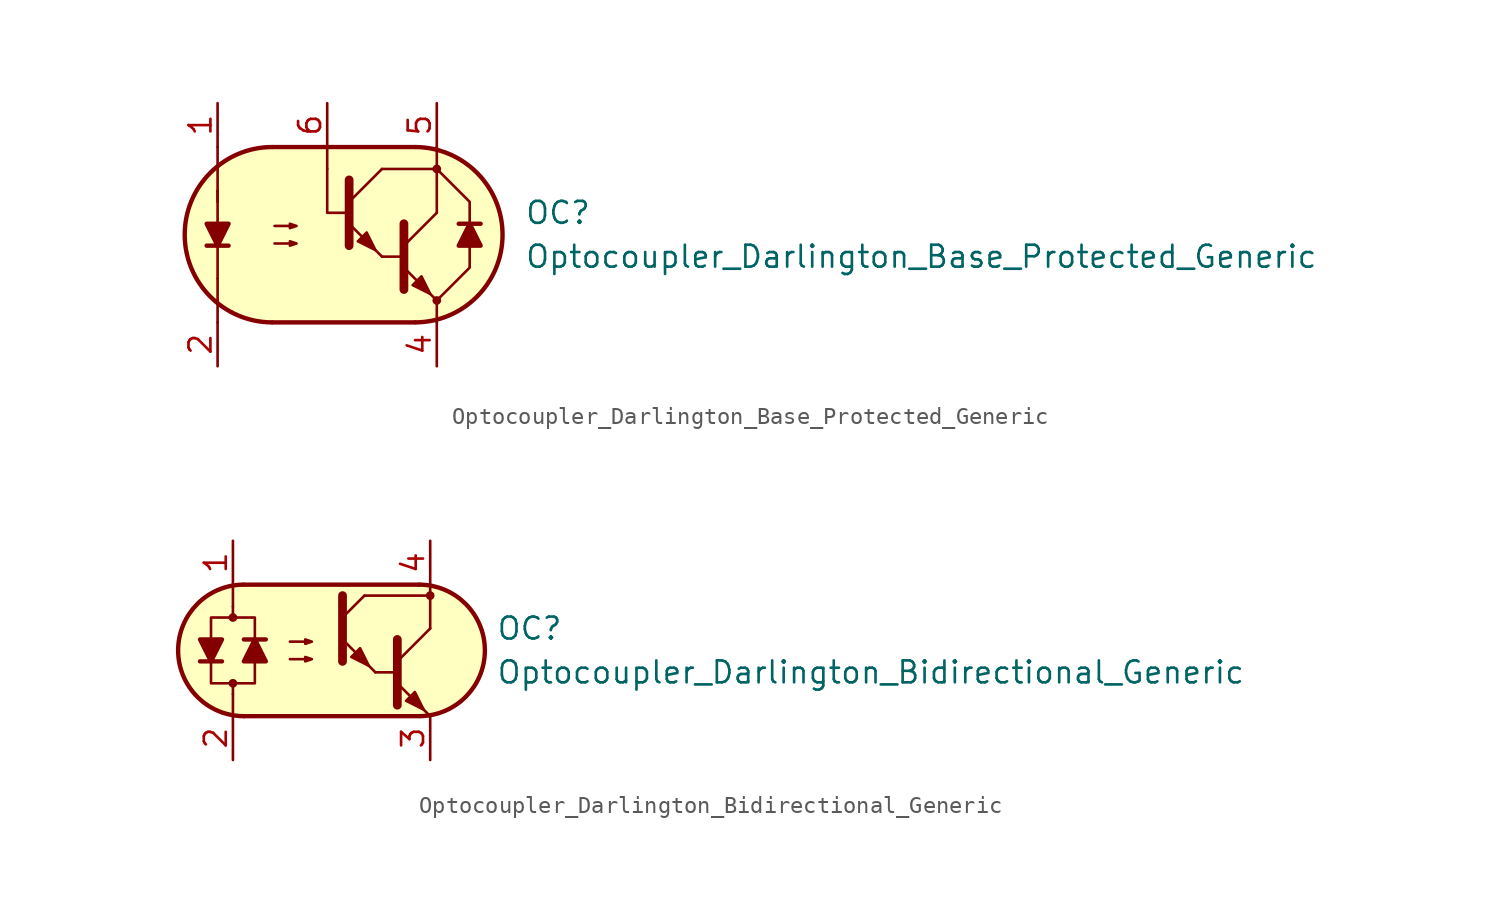
<source format=kicad_sym>
(kicad_symbol_lib
  (version 20231120)
  (generator "kicad_symbol_editor")
  (generator_version "8.0")
  (symbol "Optocoupler_Darlington_Base_Protected_Generic"
    (pin_names
      (offset 1.016))
    (property "Reference" "OC"
      (at 10.16 1.27 0)
      (effects (font (size 1.27 1.27)) (justify left)))
    (property "Value" "Optocoupler_Darlington_Base_Protected_Generic"
      (at 10.16 -1.27 0)
      (effects (font (size 1.27 1.27)) (justify left)))
    (symbol "Optocoupler_Darlington_Base_Protected_Generic_0_1"
      (arc (start -4.4769 5.08) (mid -9.5251 0) (end -4.4769 -5.08) (stroke (width 0.254) (type default)) (fill (type none)))
      (polyline (pts (xy -7.62 -3.81) (xy -7.62 -5.08)) (stroke (width 0.152) (type default)) (fill (type none)))
      (polyline (pts (xy -7.62 -2.54) (xy -7.62 -3.81)) (stroke (width 0.152) (type default)) (fill (type none)))
      (polyline (pts (xy -7.62 -2.54) (xy -7.62 2.54)) (stroke (width 0.152) (type default)) (fill (type none)))
      (polyline (pts (xy -7.62 1.905) (xy -7.62 2.54)) (stroke (width 0.152) (type default)) (fill (type none)))
      (polyline (pts (xy -7.62 2.54) (xy -7.62 3.81)) (stroke (width 0.152) (type default)) (fill (type none)))
      (polyline (pts (xy -7.62 3.81) (xy -7.62 5.08)) (stroke (width 0.152) (type default)) (fill (type none)))
      (polyline (pts (xy -4.445 -5.08) (xy 3.81 -5.08)) (stroke (width 0.254) (type default)) (fill (type none)))
      (polyline (pts (xy -1.27 3.81) (xy -1.27 5.08)) (stroke (width 0.152) (type default)) (fill (type none)))
      (polyline (pts (xy 1.905 -1.27) (xy 3.175 -1.27)) (stroke (width 0) (type default)) (fill (type none)))
      (polyline (pts (xy 1.905 3.81) (xy 5.08 3.81)) (stroke (width 0.152) (type default)) (fill (type none)))
      (polyline (pts (xy 3.175 -0.635) (xy 5.08 1.27)) (stroke (width 0) (type default)) (fill (type none)))
      (polyline (pts (xy 3.81 5.08) (xy -4.445 5.08)) (stroke (width 0.254) (type default)) (fill (type none)))
      (polyline (pts (xy 5.08 -3.81) (xy 3.175 -1.905)) (stroke (width 0) (type default)) (fill (type outline)))
      (polyline (pts (xy 5.08 -3.81) (xy 5.08 -5.08)) (stroke (width 0.152) (type default)) (fill (type none)))
      (polyline (pts (xy 5.08 1.27) (xy 5.08 3.81)) (stroke (width 0.152) (type default)) (fill (type none)))
      (polyline (pts (xy 5.08 3.81) (xy 5.08 5.08)) (stroke (width 0.152) (type default)) (fill (type none)))
      (polyline (pts (xy 7.62 0.635) (xy 6.35 0.635)) (stroke (width 0.254) (type default)) (fill (type none)))
      (polyline (pts (xy 0 1.27) (xy -1.27 1.27) (xy -1.27 3.81)) (stroke (width 0.152) (type default)) (fill (type none)))
      (polyline (pts (xy 3.175 0.635) (xy 3.175 -3.175) (xy 3.175 -3.175)) (stroke (width 0.508) (type default)) (fill (type none)))
      (polyline (pts (xy 5.08 -3.81) (xy 6.985 -1.905) (xy 6.985 1.905) (xy 5.08 3.81)) (stroke (width 0.152) (type default)) (fill (type none)))
      (polyline (pts (xy 6.985 0.635) (xy 7.62 -0.635) (xy 6.35 -0.635) (xy 6.985 0.635)) (stroke (width 0.254) (type default)) (fill (type outline)))
      (polyline (pts (xy -4.318 -0.508) (xy -3.048 -0.508) (xy -3.429 -0.635) (xy -3.429 -0.381) (xy -3.048 -0.508)) (stroke (width 0) (type default)) (fill (type none)))
      (polyline (pts (xy -4.318 0.508) (xy -3.048 0.508) (xy -3.429 0.381) (xy -3.429 0.635) (xy -3.048 0.508)) (stroke (width 0) (type default)) (fill (type none)))
      (polyline (pts (xy 3.683 -2.921) (xy 4.191 -2.413) (xy 4.699 -3.429) (xy 3.683 -2.921) (xy 3.683 -2.921)) (stroke (width 0) (type default)) (fill (type outline)))
      (polyline (pts (xy -4.445 5.08) (xy -5.588 4.953) (xy -6.604 4.572) (xy -7.874 3.81) (xy -8.763 2.794) (xy -9.271 1.524) (xy -9.525 0) (xy -9.271 -1.524) (xy -8.636 -2.794) (xy -8.128 -3.429) (xy -7.112 -4.318) (xy -6.35 -4.699) (xy -5.461 -4.953) (xy -4.445 -5.08) (xy 3.81 -5.08) (xy 5.08 -4.953) (xy 6.35 -4.445) (xy 7.366 -3.683) (xy 8.128 -2.667) (xy 8.636 -1.651) (xy 8.89 -0.381) (xy 8.89 0.635) (xy 8.636 1.651) (xy 8.001 2.921) (xy 6.858 4.064) (xy 5.715 4.699) (xy 4.445 5.08) (xy 3.81 5.08) (xy -4.445 5.08)) (stroke (width 0.01) (type default)) (fill (type background)))
      (arc (start 3.8419 -5.08) (mid 8.8901 0) (end 3.8419 5.08) (stroke (width 0.254) (type default)) (fill (type none))))
    (symbol "Optocoupler_Darlington_Base_Protected_Generic_1_1"
      (polyline (pts (xy -8.255 -0.635) (xy -6.985 -0.635)) (stroke (width 0.254) (type default)) (fill (type none)))
      (polyline (pts (xy 0 1.905) (xy 1.905 3.81)) (stroke (width 0) (type default)) (fill (type none)))
      (polyline (pts (xy 1.905 -1.27) (xy 0 0.635)) (stroke (width 0) (type default)) (fill (type outline)))
      (polyline (pts (xy 0 3.175) (xy 0 -0.635) (xy 0 -0.635)) (stroke (width 0.508) (type default)) (fill (type none)))
      (polyline (pts (xy -7.62 -0.635) (xy -8.255 0.635) (xy -6.985 0.635) (xy -7.62 -0.635)) (stroke (width 0.254) (type default)) (fill (type outline)))
      (polyline (pts (xy 0.508 -0.381) (xy 1.016 0.127) (xy 1.524 -0.889) (xy 0.508 -0.381) (xy 0.508 -0.381)) (stroke (width 0) (type default)) (fill (type outline)))
      (circle (center 5.08 -3.81) (radius 0.178) (stroke (width 0) (type default)) (fill (type outline)))
      (circle (center 5.08 3.81) (radius 0.178) (stroke (width 0) (type default)) (fill (type outline)))
      (pin passive line (at -7.62 7.62 270) (length 2.54) (name "~" (effects (font (size 1.27 1.27)))) (number "1" (effects (font (size 1.27 1.27)))))
      (pin passive line (at -7.62 -7.62 90) (length 2.54) (name "~" (effects (font (size 1.27 1.27)))) (number "2" (effects (font (size 1.27 1.27)))))
      (pin free line (at 0 0 0) (length 2.54) hide (name "NC" (effects (font (size 1.27 1.27)))) (number "3" (effects (font (size 1.27 1.27)))))
      (pin passive line (at 5.08 -7.62 90) (length 2.54) (name "~" (effects (font (size 1.27 1.27)))) (number "4" (effects (font (size 1.27 1.27)))))
      (pin passive line (at 5.08 7.62 270) (length 2.54) (name "~" (effects (font (size 1.27 1.27)))) (number "5" (effects (font (size 1.27 1.27)))))
      (pin passive line (at -1.27 7.62 270) (length 2.54) (name "~" (effects (font (size 1.27 1.27)))) (number "6" (effects (font (size 1.27 1.27)))))))
  (symbol "Optocoupler_Darlington_Bidirectional_Generic"
    (pin_names
      (offset 1.016))
    (property "Reference" "OC"
      (at 10.16 1.27 0)
      (effects (font (size 1.27 1.27)) (justify left)))
    (property "Value" "Optocoupler_Darlington_Bidirectional_Generic"
      (at 10.16 -1.27 0)
      (effects (font (size 1.27 1.27)) (justify left)))
    (symbol "Optocoupler_Darlington_Bidirectional_Generic_0_1"
      (arc (start -4.4835 3.8099) (mid -8.2551 -0.016) (end -4.4516 -3.8101) (stroke (width 0.254) (type default)) (fill (type none)))
      (polyline (pts (xy -5.08 -2.54) (xy -5.08 -3.81)) (stroke (width 0.152) (type default)) (fill (type none)))
      (polyline (pts (xy -5.08 1.905) (xy -5.08 2.54)) (stroke (width 0.152) (type default)) (fill (type none)))
      (polyline (pts (xy -5.08 2.54) (xy -5.08 3.81)) (stroke (width 0.152) (type default)) (fill (type none)))
      (polyline (pts (xy -4.445 -3.81) (xy 5.715 -3.81)) (stroke (width 0.254) (type default)) (fill (type none)))
      (polyline (pts (xy 2.54 3.175) (xy 6.35 3.175)) (stroke (width 0.152) (type default)) (fill (type none)))
      (polyline (pts (xy 3.175 -1.27) (xy 4.445 -1.27)) (stroke (width 0) (type default)) (fill (type none)))
      (polyline (pts (xy 4.445 -0.635) (xy 6.35 1.27)) (stroke (width 0) (type default)) (fill (type none)))
      (polyline (pts (xy 5.715 3.81) (xy -4.445 3.81)) (stroke (width 0.254) (type default)) (fill (type none)))
      (polyline (pts (xy 6.35 -3.81) (xy 4.445 -1.905)) (stroke (width 0) (type default)) (fill (type outline)))
      (polyline (pts (xy 6.35 1.27) (xy 6.35 3.81)) (stroke (width 0.152) (type default)) (fill (type none)))
      (polyline (pts (xy 4.445 0.635) (xy 4.445 -3.175) (xy 4.445 -3.175)) (stroke (width 0.508) (type default)) (fill (type none)))
      (polyline (pts (xy -1.778 -0.508) (xy -0.508 -0.508) (xy -0.889 -0.635) (xy -0.889 -0.381) (xy -0.508 -0.508)) (stroke (width 0) (type default)) (fill (type none)))
      (polyline (pts (xy -1.778 0.508) (xy -0.508 0.508) (xy -0.889 0.381) (xy -0.889 0.635) (xy -0.508 0.508)) (stroke (width 0) (type default)) (fill (type none)))
      (polyline (pts (xy 4.953 -2.921) (xy 5.461 -2.413) (xy 5.969 -3.429) (xy 4.953 -2.921) (xy 4.953 -2.921)) (stroke (width 0) (type default)) (fill (type outline)))
      (polyline (pts (xy -5.08 -2.54) (xy -5.08 -1.905) (xy -6.35 -1.905) (xy -6.35 1.905) (xy -3.81 1.905) (xy -3.81 -1.905) (xy -5.08 -1.905)) (stroke (width 0.152) (type default)) (fill (type none)))
      (polyline (pts (xy 5.715 3.81) (xy -4.064 3.81) (xy -4.572 3.81) (xy -5.207 3.683) (xy -5.842 3.556) (xy -6.604 3.175) (xy -7.239 2.54) (xy -7.747 1.778) (xy -8.255 0.508) (xy -8.255 -0.508) (xy -8.001 -1.397) (xy -7.112 -2.667) (xy -6.096 -3.429) (xy -4.572 -3.81) (xy 6.096 -3.81) (xy 7.112 -3.556) (xy 8.128 -2.921) (xy 8.89 -2.159) (xy 9.271 -1.397) (xy 9.525 -0.127) (xy 9.398 0.889) (xy 9.144 1.651) (xy 8.763 2.286) (xy 8.255 2.794) (xy 7.62 3.302) (xy 6.731 3.683) (xy 5.715 3.81)) (stroke (width 0.01) (type default)) (fill (type background)))
      (arc (start 5.7469 -3.81) (mid 9.5185 0.0159) (end 5.715 3.81) (stroke (width 0.254) (type default)) (fill (type none))))
    (symbol "Optocoupler_Darlington_Bidirectional_Generic_1_1"
      (circle (center -5.08 -1.905) (radius 0.178) (stroke (width 0) (type default)) (fill (type outline)))
      (circle (center -5.08 1.905) (radius 0.178) (stroke (width 0) (type default)) (fill (type outline)))
      (polyline (pts (xy -6.985 -0.635) (xy -5.715 -0.635)) (stroke (width 0.254) (type default)) (fill (type none)))
      (polyline (pts (xy -3.175 0.635) (xy -4.445 0.635)) (stroke (width 0.254) (type default)) (fill (type none)))
      (polyline (pts (xy 1.27 1.905) (xy 2.54 3.175)) (stroke (width 0) (type default)) (fill (type none)))
      (polyline (pts (xy 3.175 -1.27) (xy 1.27 0.635)) (stroke (width 0) (type default)) (fill (type outline)))
      (polyline (pts (xy 1.27 3.175) (xy 1.27 -0.635) (xy 1.27 -0.635)) (stroke (width 0.508) (type default)) (fill (type none)))
      (polyline (pts (xy -6.35 -0.635) (xy -6.985 0.635) (xy -5.715 0.635) (xy -6.35 -0.635)) (stroke (width 0.254) (type default)) (fill (type outline)))
      (polyline (pts (xy -3.81 0.635) (xy -3.175 -0.635) (xy -4.445 -0.635) (xy -3.81 0.635)) (stroke (width 0.254) (type default)) (fill (type outline)))
      (polyline (pts (xy 1.778 -0.381) (xy 2.286 0.127) (xy 2.794 -0.889) (xy 1.778 -0.381) (xy 1.778 -0.381)) (stroke (width 0) (type default)) (fill (type outline)))
      (circle (center 6.35 3.175) (radius 0.178) (stroke (width 0) (type default)) (fill (type outline)))
      (pin passive line (at -5.08 6.35 270) (length 2.54) (name "~" (effects (font (size 1.27 1.27)))) (number "1" (effects (font (size 1.27 1.27)))))
      (pin passive line (at -5.08 -6.35 90) (length 2.54) (name "~" (effects (font (size 1.27 1.27)))) (number "2" (effects (font (size 1.27 1.27)))))
      (pin passive line (at 6.35 -6.35 90) (length 2.54) (name "~" (effects (font (size 1.27 1.27)))) (number "3" (effects (font (size 1.27 1.27)))))
      (pin passive line (at 6.35 6.35 270) (length 2.54) (name "~" (effects (font (size 1.27 1.27)))) (number "4" (effects (font (size 1.27 1.27))))))))
</source>
